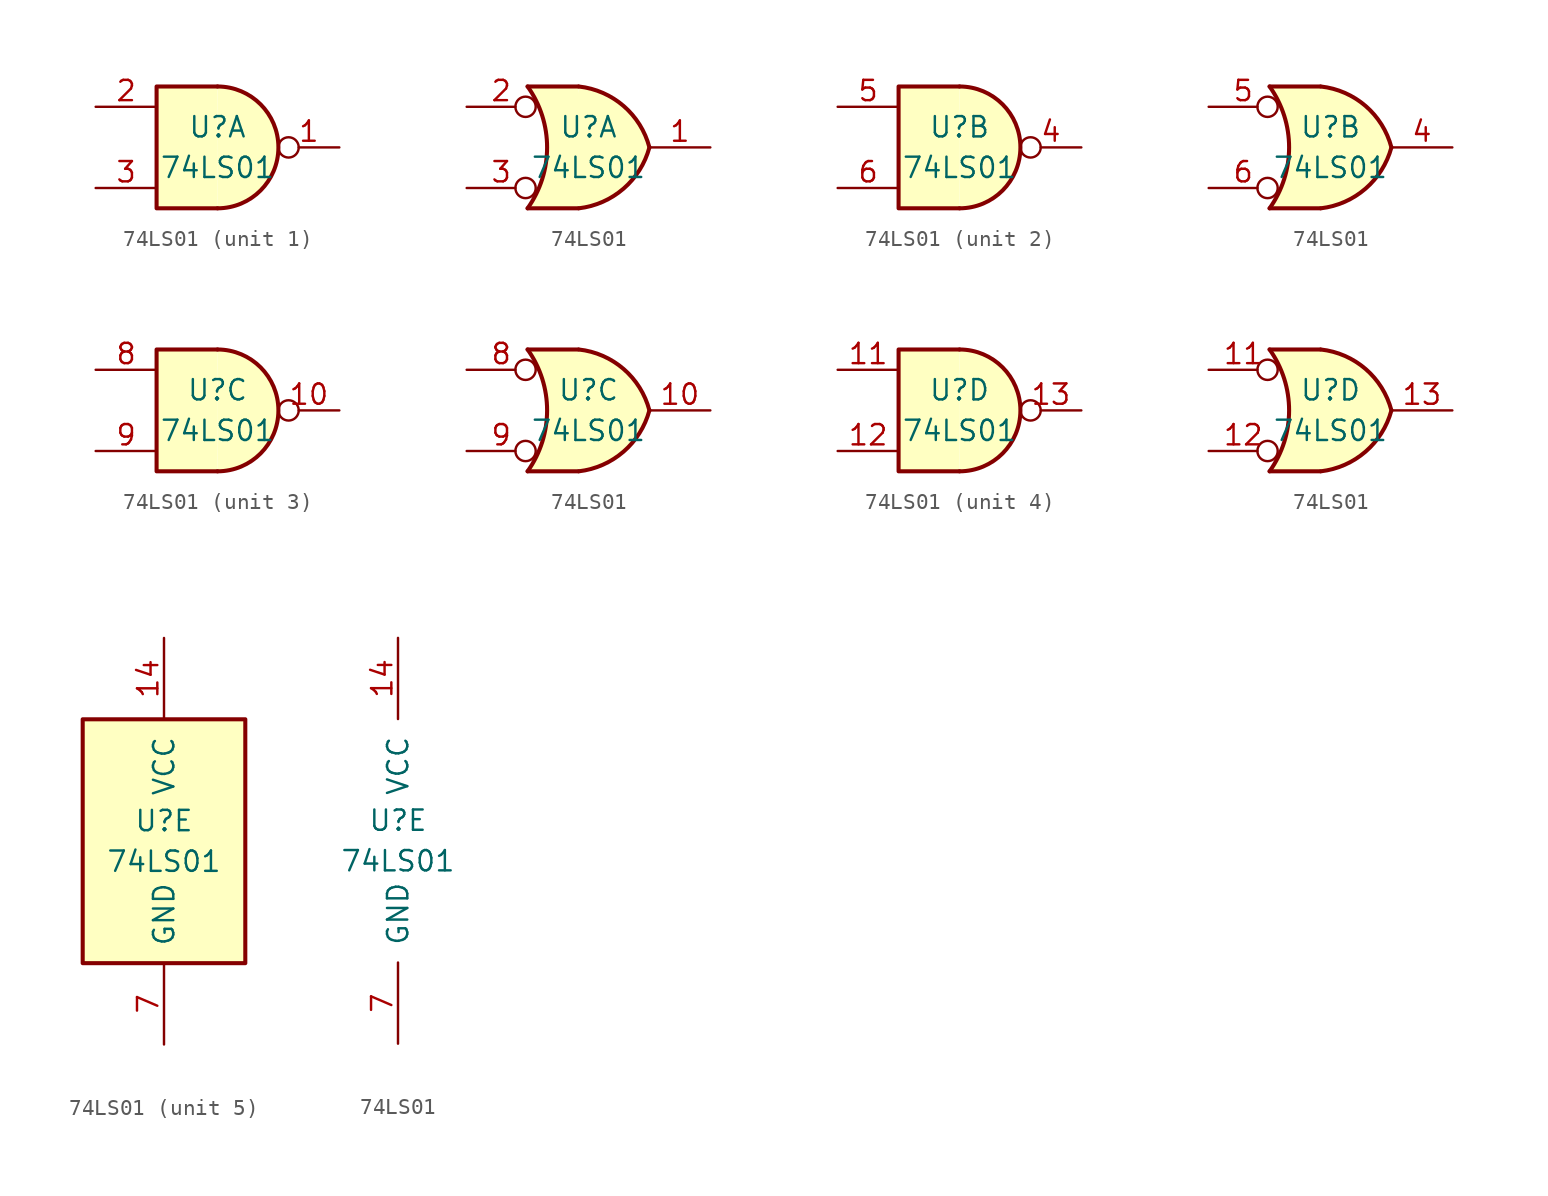
<source format=kicad_sym>
(kicad_symbol_lib
  (version 20211014)
  (generator kicad_symbol_editor)
  (symbol "74LS01"
    (pin_names
      (offset 1.016))
    (property "Reference" "U"
      (at 0 1.27 0)
      (effects (font (size 1.27 1.27))))
    (property "Value" "74LS01"
      (at 0 -1.27 0)
      (effects (font (size 1.27 1.27))))
    (property "ki_locked" ""
      (at 0 0 0)
      (effects (font (size 1.27 1.27))))
    (symbol "74LS01_1_1"
      (arc (start 0 -3.81) (mid 3.81 0) (end 0 3.81) (stroke (width 0.254) (type default) (color 0 0 0 0)) (fill (type background)))
      (polyline (pts (xy 0 3.81) (xy -3.81 3.81) (xy -3.81 -3.81) (xy 0 -3.81)) (stroke (width 0.254) (type default) (color 0 0 0 0)) (fill (type background)))
      (pin open_collector inverted (at 7.62 0 180) (length 3.81) (name "~" (effects (font (size 1.27 1.27)))) (number "1" (effects (font (size 1.27 1.27)))))
      (pin input line (at -7.62 2.54 0) (length 3.81) (name "~" (effects (font (size 1.27 1.27)))) (number "2" (effects (font (size 1.27 1.27)))))
      (pin input line (at -7.62 -2.54 0) (length 3.81) (name "~" (effects (font (size 1.27 1.27)))) (number "3" (effects (font (size 1.27 1.27))))))
    (symbol "74LS01_1_2"
      (arc (start -3.81 -3.81) (mid -2.589 0) (end -3.81 3.81) (stroke (width 0.254) (type default) (color 0 0 0 0)) (fill (type none)))
      (arc (start -0.6096 -3.81) (mid 2.1855 -2.584) (end 3.81 0) (stroke (width 0.254) (type default) (color 0 0 0 0)) (fill (type background)))
      (polyline (pts (xy -3.81 -3.81) (xy -0.635 -3.81)) (stroke (width 0.254) (type default) (color 0 0 0 0)) (fill (type background)))
      (polyline (pts (xy -3.81 3.81) (xy -0.635 3.81)) (stroke (width 0.254) (type default) (color 0 0 0 0)) (fill (type background)))
      (polyline (pts (xy -0.635 3.81) (xy -3.81 3.81) (xy -3.81 3.81) (xy -3.556 3.404) (xy -3.023 2.261) (xy -2.692 1.041) (xy -2.616 -0.254) (xy -2.769 -1.499) (xy -3.175 -2.718) (xy -3.81 -3.81) (xy -3.81 -3.81) (xy -0.635 -3.81)) (stroke (width -25.4) (type default) (color 0 0 0 0)) (fill (type background)))
      (arc (start 3.81 0) (mid 2.1928 2.5925) (end -0.6096 3.81) (stroke (width 0.254) (type default) (color 0 0 0 0)) (fill (type background)))
      (pin open_collector line (at 7.62 0 180) (length 3.81) (name "~" (effects (font (size 1.27 1.27)))) (number "1" (effects (font (size 1.27 1.27)))))
      (pin input inverted (at -7.62 2.54 0) (length 4.318) (name "~" (effects (font (size 1.27 1.27)))) (number "2" (effects (font (size 1.27 1.27)))))
      (pin input inverted (at -7.62 -2.54 0) (length 4.318) (name "~" (effects (font (size 1.27 1.27)))) (number "3" (effects (font (size 1.27 1.27))))))
    (symbol "74LS01_2_1"
      (arc (start 0 -3.81) (mid 3.81 0) (end 0 3.81) (stroke (width 0.254) (type default) (color 0 0 0 0)) (fill (type background)))
      (polyline (pts (xy 0 3.81) (xy -3.81 3.81) (xy -3.81 -3.81) (xy 0 -3.81)) (stroke (width 0.254) (type default) (color 0 0 0 0)) (fill (type background)))
      (pin open_collector inverted (at 7.62 0 180) (length 3.81) (name "~" (effects (font (size 1.27 1.27)))) (number "4" (effects (font (size 1.27 1.27)))))
      (pin input line (at -7.62 2.54 0) (length 3.81) (name "~" (effects (font (size 1.27 1.27)))) (number "5" (effects (font (size 1.27 1.27)))))
      (pin input line (at -7.62 -2.54 0) (length 3.81) (name "~" (effects (font (size 1.27 1.27)))) (number "6" (effects (font (size 1.27 1.27))))))
    (symbol "74LS01_2_2"
      (arc (start -3.81 -3.81) (mid -2.589 0) (end -3.81 3.81) (stroke (width 0.254) (type default) (color 0 0 0 0)) (fill (type none)))
      (arc (start -0.6096 -3.81) (mid 2.1855 -2.584) (end 3.81 0) (stroke (width 0.254) (type default) (color 0 0 0 0)) (fill (type background)))
      (polyline (pts (xy -3.81 -3.81) (xy -0.635 -3.81)) (stroke (width 0.254) (type default) (color 0 0 0 0)) (fill (type background)))
      (polyline (pts (xy -3.81 3.81) (xy -0.635 3.81)) (stroke (width 0.254) (type default) (color 0 0 0 0)) (fill (type background)))
      (polyline (pts (xy -0.635 3.81) (xy -3.81 3.81) (xy -3.81 3.81) (xy -3.556 3.404) (xy -3.023 2.261) (xy -2.692 1.041) (xy -2.616 -0.254) (xy -2.769 -1.499) (xy -3.175 -2.718) (xy -3.81 -3.81) (xy -3.81 -3.81) (xy -0.635 -3.81)) (stroke (width -25.4) (type default) (color 0 0 0 0)) (fill (type background)))
      (arc (start 3.81 0) (mid 2.1928 2.5925) (end -0.6096 3.81) (stroke (width 0.254) (type default) (color 0 0 0 0)) (fill (type background)))
      (pin open_collector line (at 7.62 0 180) (length 3.81) (name "~" (effects (font (size 1.27 1.27)))) (number "4" (effects (font (size 1.27 1.27)))))
      (pin input inverted (at -7.62 2.54 0) (length 4.318) (name "~" (effects (font (size 1.27 1.27)))) (number "5" (effects (font (size 1.27 1.27)))))
      (pin input inverted (at -7.62 -2.54 0) (length 4.318) (name "~" (effects (font (size 1.27 1.27)))) (number "6" (effects (font (size 1.27 1.27))))))
    (symbol "74LS01_3_1"
      (arc (start 0 -3.81) (mid 3.81 0) (end 0 3.81) (stroke (width 0.254) (type default) (color 0 0 0 0)) (fill (type background)))
      (polyline (pts (xy 0 3.81) (xy -3.81 3.81) (xy -3.81 -3.81) (xy 0 -3.81)) (stroke (width 0.254) (type default) (color 0 0 0 0)) (fill (type background)))
      (pin open_collector inverted (at 7.62 0 180) (length 3.81) (name "~" (effects (font (size 1.27 1.27)))) (number "10" (effects (font (size 1.27 1.27)))))
      (pin input line (at -7.62 2.54 0) (length 3.81) (name "~" (effects (font (size 1.27 1.27)))) (number "8" (effects (font (size 1.27 1.27)))))
      (pin input line (at -7.62 -2.54 0) (length 3.81) (name "~" (effects (font (size 1.27 1.27)))) (number "9" (effects (font (size 1.27 1.27))))))
    (symbol "74LS01_3_2"
      (arc (start -3.81 -3.81) (mid -2.589 0) (end -3.81 3.81) (stroke (width 0.254) (type default) (color 0 0 0 0)) (fill (type none)))
      (arc (start -0.6096 -3.81) (mid 2.1855 -2.584) (end 3.81 0) (stroke (width 0.254) (type default) (color 0 0 0 0)) (fill (type background)))
      (polyline (pts (xy -3.81 -3.81) (xy -0.635 -3.81)) (stroke (width 0.254) (type default) (color 0 0 0 0)) (fill (type background)))
      (polyline (pts (xy -3.81 3.81) (xy -0.635 3.81)) (stroke (width 0.254) (type default) (color 0 0 0 0)) (fill (type background)))
      (polyline (pts (xy -0.635 3.81) (xy -3.81 3.81) (xy -3.81 3.81) (xy -3.556 3.404) (xy -3.023 2.261) (xy -2.692 1.041) (xy -2.616 -0.254) (xy -2.769 -1.499) (xy -3.175 -2.718) (xy -3.81 -3.81) (xy -3.81 -3.81) (xy -0.635 -3.81)) (stroke (width -25.4) (type default) (color 0 0 0 0)) (fill (type background)))
      (arc (start 3.81 0) (mid 2.1928 2.5925) (end -0.6096 3.81) (stroke (width 0.254) (type default) (color 0 0 0 0)) (fill (type background)))
      (pin open_collector line (at 7.62 0 180) (length 3.81) (name "~" (effects (font (size 1.27 1.27)))) (number "10" (effects (font (size 1.27 1.27)))))
      (pin input inverted (at -7.62 2.54 0) (length 4.318) (name "~" (effects (font (size 1.27 1.27)))) (number "8" (effects (font (size 1.27 1.27)))))
      (pin input inverted (at -7.62 -2.54 0) (length 4.318) (name "~" (effects (font (size 1.27 1.27)))) (number "9" (effects (font (size 1.27 1.27))))))
    (symbol "74LS01_4_1"
      (arc (start 0 -3.81) (mid 3.81 0) (end 0 3.81) (stroke (width 0.254) (type default) (color 0 0 0 0)) (fill (type background)))
      (polyline (pts (xy 0 3.81) (xy -3.81 3.81) (xy -3.81 -3.81) (xy 0 -3.81)) (stroke (width 0.254) (type default) (color 0 0 0 0)) (fill (type background)))
      (pin input line (at -7.62 2.54 0) (length 3.81) (name "~" (effects (font (size 1.27 1.27)))) (number "11" (effects (font (size 1.27 1.27)))))
      (pin input line (at -7.62 -2.54 0) (length 3.81) (name "~" (effects (font (size 1.27 1.27)))) (number "12" (effects (font (size 1.27 1.27)))))
      (pin open_collector inverted (at 7.62 0 180) (length 3.81) (name "~" (effects (font (size 1.27 1.27)))) (number "13" (effects (font (size 1.27 1.27))))))
    (symbol "74LS01_4_2"
      (arc (start -3.81 -3.81) (mid -2.589 0) (end -3.81 3.81) (stroke (width 0.254) (type default) (color 0 0 0 0)) (fill (type none)))
      (arc (start -0.6096 -3.81) (mid 2.1855 -2.584) (end 3.81 0) (stroke (width 0.254) (type default) (color 0 0 0 0)) (fill (type background)))
      (polyline (pts (xy -3.81 -3.81) (xy -0.635 -3.81)) (stroke (width 0.254) (type default) (color 0 0 0 0)) (fill (type background)))
      (polyline (pts (xy -3.81 3.81) (xy -0.635 3.81)) (stroke (width 0.254) (type default) (color 0 0 0 0)) (fill (type background)))
      (polyline (pts (xy -0.635 3.81) (xy -3.81 3.81) (xy -3.81 3.81) (xy -3.556 3.404) (xy -3.023 2.261) (xy -2.692 1.041) (xy -2.616 -0.254) (xy -2.769 -1.499) (xy -3.175 -2.718) (xy -3.81 -3.81) (xy -3.81 -3.81) (xy -0.635 -3.81)) (stroke (width -25.4) (type default) (color 0 0 0 0)) (fill (type background)))
      (arc (start 3.81 0) (mid 2.1928 2.5925) (end -0.6096 3.81) (stroke (width 0.254) (type default) (color 0 0 0 0)) (fill (type background)))
      (pin input inverted (at -7.62 2.54 0) (length 4.318) (name "~" (effects (font (size 1.27 1.27)))) (number "11" (effects (font (size 1.27 1.27)))))
      (pin input inverted (at -7.62 -2.54 0) (length 4.318) (name "~" (effects (font (size 1.27 1.27)))) (number "12" (effects (font (size 1.27 1.27)))))
      (pin open_collector line (at 7.62 0 180) (length 3.81) (name "~" (effects (font (size 1.27 1.27)))) (number "13" (effects (font (size 1.27 1.27))))))
    (symbol "74LS01_5_0"
      (pin power_in line (at 0 12.7 270) (length 5.08) (name "VCC" (effects (font (size 1.27 1.27)))) (number "14" (effects (font (size 1.27 1.27)))))
      (pin power_in line (at 0 -12.7 90) (length 5.08) (name "GND" (effects (font (size 1.27 1.27)))) (number "7" (effects (font (size 1.27 1.27))))))
    (symbol "74LS01_5_1"
      (rectangle (start -5.08 7.62) (end 5.08 -7.62) (stroke (width 0.254) (type default) (color 0 0 0 0)) (fill (type background))))))
</source>
